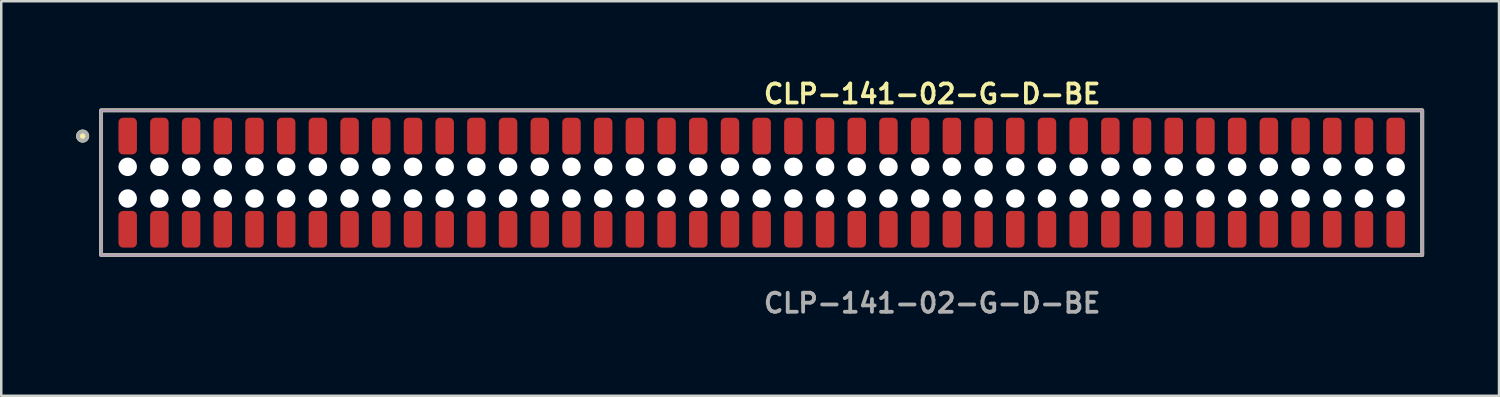
<source format=kicad_pcb>
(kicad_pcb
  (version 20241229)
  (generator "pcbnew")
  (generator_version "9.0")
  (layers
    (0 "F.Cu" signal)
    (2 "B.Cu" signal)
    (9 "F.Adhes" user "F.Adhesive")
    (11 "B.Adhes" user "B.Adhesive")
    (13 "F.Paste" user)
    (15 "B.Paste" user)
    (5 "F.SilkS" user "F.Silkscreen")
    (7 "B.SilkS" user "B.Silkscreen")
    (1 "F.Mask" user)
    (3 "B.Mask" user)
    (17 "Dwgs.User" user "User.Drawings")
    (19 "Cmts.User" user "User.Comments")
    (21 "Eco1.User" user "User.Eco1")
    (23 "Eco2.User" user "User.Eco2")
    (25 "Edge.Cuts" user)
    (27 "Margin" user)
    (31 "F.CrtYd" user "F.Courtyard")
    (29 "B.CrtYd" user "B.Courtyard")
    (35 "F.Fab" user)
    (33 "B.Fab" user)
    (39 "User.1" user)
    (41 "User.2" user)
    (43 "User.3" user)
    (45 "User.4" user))
  (footprint "CLP-141-02-G-D-BE"
    (layer "F.Cu")
    (at 27.466 4.269)
    (property "Reference" "CLP-141-02-G-D-BE" (at 0 -3.556 0) (unlocked yes) (layer "F.SilkS") (effects (font (size 0.762 0.762) (thickness 0.152)) (justify left)))
    (fp_rect (start -26.465 2.9) (end 26.465 -2.9) (stroke (width 0.152) (type solid)) (fill no) (layer "F.SilkS"))
    (fp_circle (center -27.205 -1.867) (end -27.39 -1.867) (stroke (width 0.152) (type solid)) (fill yes) (layer "F.SilkS"))
    (fp_rect (start -26.465 2.9) (end 26.465 -2.9) (stroke (width 0.006) (type solid)) (fill no) (layer "F.CrtYd"))
    (fp_rect (start -26.465 2.9) (end 26.465 -2.9) (stroke (width 0.152) (type solid)) (fill no) (layer "F.Fab"))
    (fp_circle (center -27.205 -1.867) (end -27.39 -1.867) (stroke (width 0.152) (type solid)) (fill no) (layer "F.Fab"))
    (fp_text user "${REFERENCE}" (at 0 4.826 0) (unlocked yes) (layer "F.Fab") (effects (font (size 0.762 0.762) (thickness 0.152)) (justify left)))
    (pad "" np_thru_hole circle (at -25.4 -0.635) (size 0.74 0.74) (drill 0.74) (layers "*.Cu" "*.Mask"))
    (pad "" np_thru_hole circle (at -25.4 0.635) (size 0.74 0.74) (drill 0.74) (layers "*.Cu" "*.Mask"))
    (pad "" np_thru_hole circle (at -24.13 -0.635) (size 0.74 0.74) (drill 0.74) (layers "*.Cu" "*.Mask"))
    (pad "" np_thru_hole circle (at -24.13 0.635) (size 0.74 0.74) (drill 0.74) (layers "*.Cu" "*.Mask"))
    (pad "" np_thru_hole circle (at -22.86 -0.635) (size 0.74 0.74) (drill 0.74) (layers "*.Cu" "*.Mask"))
    (pad "" np_thru_hole circle (at -22.86 0.635) (size 0.74 0.74) (drill 0.74) (layers "*.Cu" "*.Mask"))
    (pad "" np_thru_hole circle (at -21.59 -0.635) (size 0.74 0.74) (drill 0.74) (layers "*.Cu" "*.Mask"))
    (pad "" np_thru_hole circle (at -21.59 0.635) (size 0.74 0.74) (drill 0.74) (layers "*.Cu" "*.Mask"))
    (pad "" np_thru_hole circle (at -20.32 -0.635) (size 0.74 0.74) (drill 0.74) (layers "*.Cu" "*.Mask"))
    (pad "" np_thru_hole circle (at -20.32 0.635) (size 0.74 0.74) (drill 0.74) (layers "*.Cu" "*.Mask"))
    (pad "" np_thru_hole circle (at -19.05 -0.635) (size 0.74 0.74) (drill 0.74) (layers "*.Cu" "*.Mask"))
    (pad "" np_thru_hole circle (at -19.05 0.635) (size 0.74 0.74) (drill 0.74) (layers "*.Cu" "*.Mask"))
    (pad "" np_thru_hole circle (at -17.78 -0.635) (size 0.74 0.74) (drill 0.74) (layers "*.Cu" "*.Mask"))
    (pad "" np_thru_hole circle (at -17.78 0.635) (size 0.74 0.74) (drill 0.74) (layers "*.Cu" "*.Mask"))
    (pad "" np_thru_hole circle (at -16.51 -0.635) (size 0.74 0.74) (drill 0.74) (layers "*.Cu" "*.Mask"))
    (pad "" np_thru_hole circle (at -16.51 0.635) (size 0.74 0.74) (drill 0.74) (layers "*.Cu" "*.Mask"))
    (pad "" np_thru_hole circle (at -15.24 -0.635) (size 0.74 0.74) (drill 0.74) (layers "*.Cu" "*.Mask"))
    (pad "" np_thru_hole circle (at -15.24 0.635) (size 0.74 0.74) (drill 0.74) (layers "*.Cu" "*.Mask"))
    (pad "" np_thru_hole circle (at -13.97 -0.635) (size 0.74 0.74) (drill 0.74) (layers "*.Cu" "*.Mask"))
    (pad "" np_thru_hole circle (at -13.97 0.635) (size 0.74 0.74) (drill 0.74) (layers "*.Cu" "*.Mask"))
    (pad "" np_thru_hole circle (at -12.7 -0.635) (size 0.74 0.74) (drill 0.74) (layers "*.Cu" "*.Mask"))
    (pad "" np_thru_hole circle (at -12.7 0.635) (size 0.74 0.74) (drill 0.74) (layers "*.Cu" "*.Mask"))
    (pad "" np_thru_hole circle (at -11.43 -0.635) (size 0.74 0.74) (drill 0.74) (layers "*.Cu" "*.Mask"))
    (pad "" np_thru_hole circle (at -11.43 0.635) (size 0.74 0.74) (drill 0.74) (layers "*.Cu" "*.Mask"))
    (pad "" np_thru_hole circle (at -10.16 -0.635) (size 0.74 0.74) (drill 0.74) (layers "*.Cu" "*.Mask"))
    (pad "" np_thru_hole circle (at -10.16 0.635) (size 0.74 0.74) (drill 0.74) (layers "*.Cu" "*.Mask"))
    (pad "" np_thru_hole circle (at -8.89 -0.635) (size 0.74 0.74) (drill 0.74) (layers "*.Cu" "*.Mask"))
    (pad "" np_thru_hole circle (at -8.89 0.635) (size 0.74 0.74) (drill 0.74) (layers "*.Cu" "*.Mask"))
    (pad "" np_thru_hole circle (at -7.62 -0.635) (size 0.74 0.74) (drill 0.74) (layers "*.Cu" "*.Mask"))
    (pad "" np_thru_hole circle (at -7.62 0.635) (size 0.74 0.74) (drill 0.74) (layers "*.Cu" "*.Mask"))
    (pad "" np_thru_hole circle (at -6.35 -0.635) (size 0.74 0.74) (drill 0.74) (layers "*.Cu" "*.Mask"))
    (pad "" np_thru_hole circle (at -6.35 0.635) (size 0.74 0.74) (drill 0.74) (layers "*.Cu" "*.Mask"))
    (pad "" np_thru_hole circle (at -5.08 -0.635) (size 0.74 0.74) (drill 0.74) (layers "*.Cu" "*.Mask"))
    (pad "" np_thru_hole circle (at -5.08 0.635) (size 0.74 0.74) (drill 0.74) (layers "*.Cu" "*.Mask"))
    (pad "" np_thru_hole circle (at -3.81 -0.635) (size 0.74 0.74) (drill 0.74) (layers "*.Cu" "*.Mask"))
    (pad "" np_thru_hole circle (at -3.81 0.635) (size 0.74 0.74) (drill 0.74) (layers "*.Cu" "*.Mask"))
    (pad "" np_thru_hole circle (at -2.54 -0.635) (size 0.74 0.74) (drill 0.74) (layers "*.Cu" "*.Mask"))
    (pad "" np_thru_hole circle (at -2.54 0.635) (size 0.74 0.74) (drill 0.74) (layers "*.Cu" "*.Mask"))
    (pad "" np_thru_hole circle (at -1.27 -0.635) (size 0.74 0.74) (drill 0.74) (layers "*.Cu" "*.Mask"))
    (pad "" np_thru_hole circle (at -1.27 0.635) (size 0.74 0.74) (drill 0.74) (layers "*.Cu" "*.Mask"))
    (pad "" np_thru_hole circle (at 0 -0.635) (size 0.74 0.74) (drill 0.74) (layers "*.Cu" "*.Mask"))
    (pad "" np_thru_hole circle (at 0 0.635) (size 0.74 0.74) (drill 0.74) (layers "*.Cu" "*.Mask"))
    (pad "" np_thru_hole circle (at 1.27 -0.635) (size 0.74 0.74) (drill 0.74) (layers "*.Cu" "*.Mask"))
    (pad "" np_thru_hole circle (at 1.27 0.635) (size 0.74 0.74) (drill 0.74) (layers "*.Cu" "*.Mask"))
    (pad "" np_thru_hole circle (at 2.54 -0.635) (size 0.74 0.74) (drill 0.74) (layers "*.Cu" "*.Mask"))
    (pad "" np_thru_hole circle (at 2.54 0.635) (size 0.74 0.74) (drill 0.74) (layers "*.Cu" "*.Mask"))
    (pad "" np_thru_hole circle (at 3.81 -0.635) (size 0.74 0.74) (drill 0.74) (layers "*.Cu" "*.Mask"))
    (pad "" np_thru_hole circle (at 3.81 0.635) (size 0.74 0.74) (drill 0.74) (layers "*.Cu" "*.Mask"))
    (pad "" np_thru_hole circle (at 5.08 -0.635) (size 0.74 0.74) (drill 0.74) (layers "*.Cu" "*.Mask"))
    (pad "" np_thru_hole circle (at 5.08 0.635) (size 0.74 0.74) (drill 0.74) (layers "*.Cu" "*.Mask"))
    (pad "" np_thru_hole circle (at 6.35 -0.635) (size 0.74 0.74) (drill 0.74) (layers "*.Cu" "*.Mask"))
    (pad "" np_thru_hole circle (at 6.35 0.635) (size 0.74 0.74) (drill 0.74) (layers "*.Cu" "*.Mask"))
    (pad "" np_thru_hole circle (at 7.62 -0.635) (size 0.74 0.74) (drill 0.74) (layers "*.Cu" "*.Mask"))
    (pad "" np_thru_hole circle (at 7.62 0.635) (size 0.74 0.74) (drill 0.74) (layers "*.Cu" "*.Mask"))
    (pad "" np_thru_hole circle (at 8.89 -0.635) (size 0.74 0.74) (drill 0.74) (layers "*.Cu" "*.Mask"))
    (pad "" np_thru_hole circle (at 8.89 0.635) (size 0.74 0.74) (drill 0.74) (layers "*.Cu" "*.Mask"))
    (pad "" np_thru_hole circle (at 10.16 -0.635) (size 0.74 0.74) (drill 0.74) (layers "*.Cu" "*.Mask"))
    (pad "" np_thru_hole circle (at 10.16 0.635) (size 0.74 0.74) (drill 0.74) (layers "*.Cu" "*.Mask"))
    (pad "" np_thru_hole circle (at 11.43 -0.635) (size 0.74 0.74) (drill 0.74) (layers "*.Cu" "*.Mask"))
    (pad "" np_thru_hole circle (at 11.43 0.635) (size 0.74 0.74) (drill 0.74) (layers "*.Cu" "*.Mask"))
    (pad "" np_thru_hole circle (at 12.7 -0.635) (size 0.74 0.74) (drill 0.74) (layers "*.Cu" "*.Mask"))
    (pad "" np_thru_hole circle (at 12.7 0.635) (size 0.74 0.74) (drill 0.74) (layers "*.Cu" "*.Mask"))
    (pad "" np_thru_hole circle (at 13.97 -0.635) (size 0.74 0.74) (drill 0.74) (layers "*.Cu" "*.Mask"))
    (pad "" np_thru_hole circle (at 13.97 0.635) (size 0.74 0.74) (drill 0.74) (layers "*.Cu" "*.Mask"))
    (pad "" np_thru_hole circle (at 15.24 -0.635) (size 0.74 0.74) (drill 0.74) (layers "*.Cu" "*.Mask"))
    (pad "" np_thru_hole circle (at 15.24 0.635) (size 0.74 0.74) (drill 0.74) (layers "*.Cu" "*.Mask"))
    (pad "" np_thru_hole circle (at 16.51 -0.635) (size 0.74 0.74) (drill 0.74) (layers "*.Cu" "*.Mask"))
    (pad "" np_thru_hole circle (at 16.51 0.635) (size 0.74 0.74) (drill 0.74) (layers "*.Cu" "*.Mask"))
    (pad "" np_thru_hole circle (at 17.78 -0.635) (size 0.74 0.74) (drill 0.74) (layers "*.Cu" "*.Mask"))
    (pad "" np_thru_hole circle (at 17.78 0.635) (size 0.74 0.74) (drill 0.74) (layers "*.Cu" "*.Mask"))
    (pad "" np_thru_hole circle (at 19.05 -0.635) (size 0.74 0.74) (drill 0.74) (layers "*.Cu" "*.Mask"))
    (pad "" np_thru_hole circle (at 19.05 0.635) (size 0.74 0.74) (drill 0.74) (layers "*.Cu" "*.Mask"))
    (pad "" np_thru_hole circle (at 20.32 -0.635) (size 0.74 0.74) (drill 0.74) (layers "*.Cu" "*.Mask"))
    (pad "" np_thru_hole circle (at 20.32 0.635) (size 0.74 0.74) (drill 0.74) (layers "*.Cu" "*.Mask"))
    (pad "" np_thru_hole circle (at 21.59 -0.635) (size 0.74 0.74) (drill 0.74) (layers "*.Cu" "*.Mask"))
    (pad "" np_thru_hole circle (at 21.59 0.635) (size 0.74 0.74) (drill 0.74) (layers "*.Cu" "*.Mask"))
    (pad "" np_thru_hole circle (at 22.86 -0.635) (size 0.74 0.74) (drill 0.74) (layers "*.Cu" "*.Mask"))
    (pad "" np_thru_hole circle (at 22.86 0.635) (size 0.74 0.74) (drill 0.74) (layers "*.Cu" "*.Mask"))
    (pad "" np_thru_hole circle (at 24.13 -0.635) (size 0.74 0.74) (drill 0.74) (layers "*.Cu" "*.Mask"))
    (pad "" np_thru_hole circle (at 24.13 0.635) (size 0.74 0.74) (drill 0.74) (layers "*.Cu" "*.Mask"))
    (pad "" np_thru_hole circle (at 25.4 -0.635) (size 0.74 0.74) (drill 0.74) (layers "*.Cu" "*.Mask"))
    (pad "" np_thru_hole circle (at 25.4 0.635) (size 0.74 0.74) (drill 0.74) (layers "*.Cu" "*.Mask"))
    (pad "1" smd roundrect (at -25.4 -1.867) (size 0.74 1.47) (layers "F.Cu" "F.Paste") (roundrect_rratio 0.25))
    (pad "2" smd roundrect (at -25.4 1.867) (size 0.74 1.47) (layers "F.Cu" "F.Paste") (roundrect_rratio 0.25))
    (pad "3" smd roundrect (at -24.13 -1.867) (size 0.74 1.47) (layers "F.Cu" "F.Paste") (roundrect_rratio 0.25))
    (pad "4" smd roundrect (at -24.13 1.867) (size 0.74 1.47) (layers "F.Cu" "F.Paste") (roundrect_rratio 0.25))
    (pad "5" smd roundrect (at -22.86 -1.867) (size 0.74 1.47) (layers "F.Cu" "F.Paste") (roundrect_rratio 0.25))
    (pad "6" smd roundrect (at -22.86 1.867) (size 0.74 1.47) (layers "F.Cu" "F.Paste") (roundrect_rratio 0.25))
    (pad "7" smd roundrect (at -21.59 -1.867) (size 0.74 1.47) (layers "F.Cu" "F.Paste") (roundrect_rratio 0.25))
    (pad "8" smd roundrect (at -21.59 1.867) (size 0.74 1.47) (layers "F.Cu" "F.Paste") (roundrect_rratio 0.25))
    (pad "9" smd roundrect (at -20.32 -1.867) (size 0.74 1.47) (layers "F.Cu" "F.Paste") (roundrect_rratio 0.25))
    (pad "10" smd roundrect (at -20.32 1.867) (size 0.74 1.47) (layers "F.Cu" "F.Paste") (roundrect_rratio 0.25))
    (pad "11" smd roundrect (at -19.05 -1.867) (size 0.74 1.47) (layers "F.Cu" "F.Paste") (roundrect_rratio 0.25))
    (pad "12" smd roundrect (at -19.05 1.867) (size 0.74 1.47) (layers "F.Cu" "F.Paste") (roundrect_rratio 0.25))
    (pad "13" smd roundrect (at -17.78 -1.867) (size 0.74 1.47) (layers "F.Cu" "F.Paste") (roundrect_rratio 0.25))
    (pad "14" smd roundrect (at -17.78 1.867) (size 0.74 1.47) (layers "F.Cu" "F.Paste") (roundrect_rratio 0.25))
    (pad "15" smd roundrect (at -16.51 -1.867) (size 0.74 1.47) (layers "F.Cu" "F.Paste") (roundrect_rratio 0.25))
    (pad "16" smd roundrect (at -16.51 1.867) (size 0.74 1.47) (layers "F.Cu" "F.Paste") (roundrect_rratio 0.25))
    (pad "17" smd roundrect (at -15.24 -1.867) (size 0.74 1.47) (layers "F.Cu" "F.Paste") (roundrect_rratio 0.25))
    (pad "18" smd roundrect (at -15.24 1.867) (size 0.74 1.47) (layers "F.Cu" "F.Paste") (roundrect_rratio 0.25))
    (pad "19" smd roundrect (at -13.97 -1.867) (size 0.74 1.47) (layers "F.Cu" "F.Paste") (roundrect_rratio 0.25))
    (pad "20" smd roundrect (at -13.97 1.867) (size 0.74 1.47) (layers "F.Cu" "F.Paste") (roundrect_rratio 0.25))
    (pad "21" smd roundrect (at -12.7 -1.867) (size 0.74 1.47) (layers "F.Cu" "F.Paste") (roundrect_rratio 0.25))
    (pad "22" smd roundrect (at -12.7 1.867) (size 0.74 1.47) (layers "F.Cu" "F.Paste") (roundrect_rratio 0.25))
    (pad "23" smd roundrect (at -11.43 -1.867) (size 0.74 1.47) (layers "F.Cu" "F.Paste") (roundrect_rratio 0.25))
    (pad "24" smd roundrect (at -11.43 1.867) (size 0.74 1.47) (layers "F.Cu" "F.Paste") (roundrect_rratio 0.25))
    (pad "25" smd roundrect (at -10.16 -1.867) (size 0.74 1.47) (layers "F.Cu" "F.Paste") (roundrect_rratio 0.25))
    (pad "26" smd roundrect (at -10.16 1.867) (size 0.74 1.47) (layers "F.Cu" "F.Paste") (roundrect_rratio 0.25))
    (pad "27" smd roundrect (at -8.89 -1.867) (size 0.74 1.47) (layers "F.Cu" "F.Paste") (roundrect_rratio 0.25))
    (pad "28" smd roundrect (at -8.89 1.867) (size 0.74 1.47) (layers "F.Cu" "F.Paste") (roundrect_rratio 0.25))
    (pad "29" smd roundrect (at -7.62 -1.867) (size 0.74 1.47) (layers "F.Cu" "F.Paste") (roundrect_rratio 0.25))
    (pad "30" smd roundrect (at -7.62 1.867) (size 0.74 1.47) (layers "F.Cu" "F.Paste") (roundrect_rratio 0.25))
    (pad "31" smd roundrect (at -6.35 -1.867) (size 0.74 1.47) (layers "F.Cu" "F.Paste") (roundrect_rratio 0.25))
    (pad "32" smd roundrect (at -6.35 1.867) (size 0.74 1.47) (layers "F.Cu" "F.Paste") (roundrect_rratio 0.25))
    (pad "33" smd roundrect (at -5.08 -1.867) (size 0.74 1.47) (layers "F.Cu" "F.Paste") (roundrect_rratio 0.25))
    (pad "34" smd roundrect (at -5.08 1.867) (size 0.74 1.47) (layers "F.Cu" "F.Paste") (roundrect_rratio 0.25))
    (pad "35" smd roundrect (at -3.81 -1.867) (size 0.74 1.47) (layers "F.Cu" "F.Paste") (roundrect_rratio 0.25))
    (pad "36" smd roundrect (at -3.81 1.867) (size 0.74 1.47) (layers "F.Cu" "F.Paste") (roundrect_rratio 0.25))
    (pad "37" smd roundrect (at -2.54 -1.867) (size 0.74 1.47) (layers "F.Cu" "F.Paste") (roundrect_rratio 0.25))
    (pad "38" smd roundrect (at -2.54 1.867) (size 0.74 1.47) (layers "F.Cu" "F.Paste") (roundrect_rratio 0.25))
    (pad "39" smd roundrect (at -1.27 -1.867) (size 0.74 1.47) (layers "F.Cu" "F.Paste") (roundrect_rratio 0.25))
    (pad "40" smd roundrect (at -1.27 1.867) (size 0.74 1.47) (layers "F.Cu" "F.Paste") (roundrect_rratio 0.25))
    (pad "41" smd roundrect (at 0 -1.867) (size 0.74 1.47) (layers "F.Cu" "F.Paste") (roundrect_rratio 0.25))
    (pad "42" smd roundrect (at 0 1.867) (size 0.74 1.47) (layers "F.Cu" "F.Paste") (roundrect_rratio 0.25))
    (pad "43" smd roundrect (at 1.27 -1.867) (size 0.74 1.47) (layers "F.Cu" "F.Paste") (roundrect_rratio 0.25))
    (pad "44" smd roundrect (at 1.27 1.867) (size 0.74 1.47) (layers "F.Cu" "F.Paste") (roundrect_rratio 0.25))
    (pad "45" smd roundrect (at 2.54 -1.867) (size 0.74 1.47) (layers "F.Cu" "F.Paste") (roundrect_rratio 0.25))
    (pad "46" smd roundrect (at 2.54 1.867) (size 0.74 1.47) (layers "F.Cu" "F.Paste") (roundrect_rratio 0.25))
    (pad "47" smd roundrect (at 3.81 -1.867) (size 0.74 1.47) (layers "F.Cu" "F.Paste") (roundrect_rratio 0.25))
    (pad "48" smd roundrect (at 3.81 1.867) (size 0.74 1.47) (layers "F.Cu" "F.Paste") (roundrect_rratio 0.25))
    (pad "49" smd roundrect (at 5.08 -1.867) (size 0.74 1.47) (layers "F.Cu" "F.Paste") (roundrect_rratio 0.25))
    (pad "50" smd roundrect (at 5.08 1.867) (size 0.74 1.47) (layers "F.Cu" "F.Paste") (roundrect_rratio 0.25))
    (pad "51" smd roundrect (at 6.35 -1.867) (size 0.74 1.47) (layers "F.Cu" "F.Paste") (roundrect_rratio 0.25))
    (pad "52" smd roundrect (at 6.35 1.867) (size 0.74 1.47) (layers "F.Cu" "F.Paste") (roundrect_rratio 0.25))
    (pad "53" smd roundrect (at 7.62 -1.867) (size 0.74 1.47) (layers "F.Cu" "F.Paste") (roundrect_rratio 0.25))
    (pad "54" smd roundrect (at 7.62 1.867) (size 0.74 1.47) (layers "F.Cu" "F.Paste") (roundrect_rratio 0.25))
    (pad "55" smd roundrect (at 8.89 -1.867) (size 0.74 1.47) (layers "F.Cu" "F.Paste") (roundrect_rratio 0.25))
    (pad "56" smd roundrect (at 8.89 1.867) (size 0.74 1.47) (layers "F.Cu" "F.Paste") (roundrect_rratio 0.25))
    (pad "57" smd roundrect (at 10.16 -1.867) (size 0.74 1.47) (layers "F.Cu" "F.Paste") (roundrect_rratio 0.25))
    (pad "58" smd roundrect (at 10.16 1.867) (size 0.74 1.47) (layers "F.Cu" "F.Paste") (roundrect_rratio 0.25))
    (pad "59" smd roundrect (at 11.43 -1.867) (size 0.74 1.47) (layers "F.Cu" "F.Paste") (roundrect_rratio 0.25))
    (pad "60" smd roundrect (at 11.43 1.867) (size 0.74 1.47) (layers "F.Cu" "F.Paste") (roundrect_rratio 0.25))
    (pad "61" smd roundrect (at 12.7 -1.867) (size 0.74 1.47) (layers "F.Cu" "F.Paste") (roundrect_rratio 0.25))
    (pad "62" smd roundrect (at 12.7 1.867) (size 0.74 1.47) (layers "F.Cu" "F.Paste") (roundrect_rratio 0.25))
    (pad "63" smd roundrect (at 13.97 -1.867) (size 0.74 1.47) (layers "F.Cu" "F.Paste") (roundrect_rratio 0.25))
    (pad "64" smd roundrect (at 13.97 1.867) (size 0.74 1.47) (layers "F.Cu" "F.Paste") (roundrect_rratio 0.25))
    (pad "65" smd roundrect (at 15.24 -1.867) (size 0.74 1.47) (layers "F.Cu" "F.Paste") (roundrect_rratio 0.25))
    (pad "66" smd roundrect (at 15.24 1.867) (size 0.74 1.47) (layers "F.Cu" "F.Paste") (roundrect_rratio 0.25))
    (pad "67" smd roundrect (at 16.51 -1.867) (size 0.74 1.47) (layers "F.Cu" "F.Paste") (roundrect_rratio 0.25))
    (pad "68" smd roundrect (at 16.51 1.867) (size 0.74 1.47) (layers "F.Cu" "F.Paste") (roundrect_rratio 0.25))
    (pad "69" smd roundrect (at 17.78 -1.867) (size 0.74 1.47) (layers "F.Cu" "F.Paste") (roundrect_rratio 0.25))
    (pad "70" smd roundrect (at 17.78 1.867) (size 0.74 1.47) (layers "F.Cu" "F.Paste") (roundrect_rratio 0.25))
    (pad "71" smd roundrect (at 19.05 -1.867) (size 0.74 1.47) (layers "F.Cu" "F.Paste") (roundrect_rratio 0.25))
    (pad "72" smd roundrect (at 19.05 1.867) (size 0.74 1.47) (layers "F.Cu" "F.Paste") (roundrect_rratio 0.25))
    (pad "73" smd roundrect (at 20.32 -1.867) (size 0.74 1.47) (layers "F.Cu" "F.Paste") (roundrect_rratio 0.25))
    (pad "74" smd roundrect (at 20.32 1.867) (size 0.74 1.47) (layers "F.Cu" "F.Paste") (roundrect_rratio 0.25))
    (pad "75" smd roundrect (at 21.59 -1.867) (size 0.74 1.47) (layers "F.Cu" "F.Paste") (roundrect_rratio 0.25))
    (pad "76" smd roundrect (at 21.59 1.867) (size 0.74 1.47) (layers "F.Cu" "F.Paste") (roundrect_rratio 0.25))
    (pad "77" smd roundrect (at 22.86 -1.867) (size 0.74 1.47) (layers "F.Cu" "F.Paste") (roundrect_rratio 0.25))
    (pad "78" smd roundrect (at 22.86 1.867) (size 0.74 1.47) (layers "F.Cu" "F.Paste") (roundrect_rratio 0.25))
    (pad "79" smd roundrect (at 24.13 -1.867) (size 0.74 1.47) (layers "F.Cu" "F.Paste") (roundrect_rratio 0.25))
    (pad "80" smd roundrect (at 24.13 1.867) (size 0.74 1.47) (layers "F.Cu" "F.Paste") (roundrect_rratio 0.25))
    (pad "81" smd roundrect (at 25.4 -1.867) (size 0.74 1.47) (layers "F.Cu" "F.Paste") (roundrect_rratio 0.25))
    (pad "82" smd roundrect (at 25.4 1.867) (size 0.74 1.47) (layers "F.Cu" "F.Paste") (roundrect_rratio 0.25)))
  (gr_rect
    (start -3 -3)
    (end 57.007 12.808)
    (stroke (width 0.1) (type default))
    (fill no)
    (layer "Edge.Cuts")))
</source>
